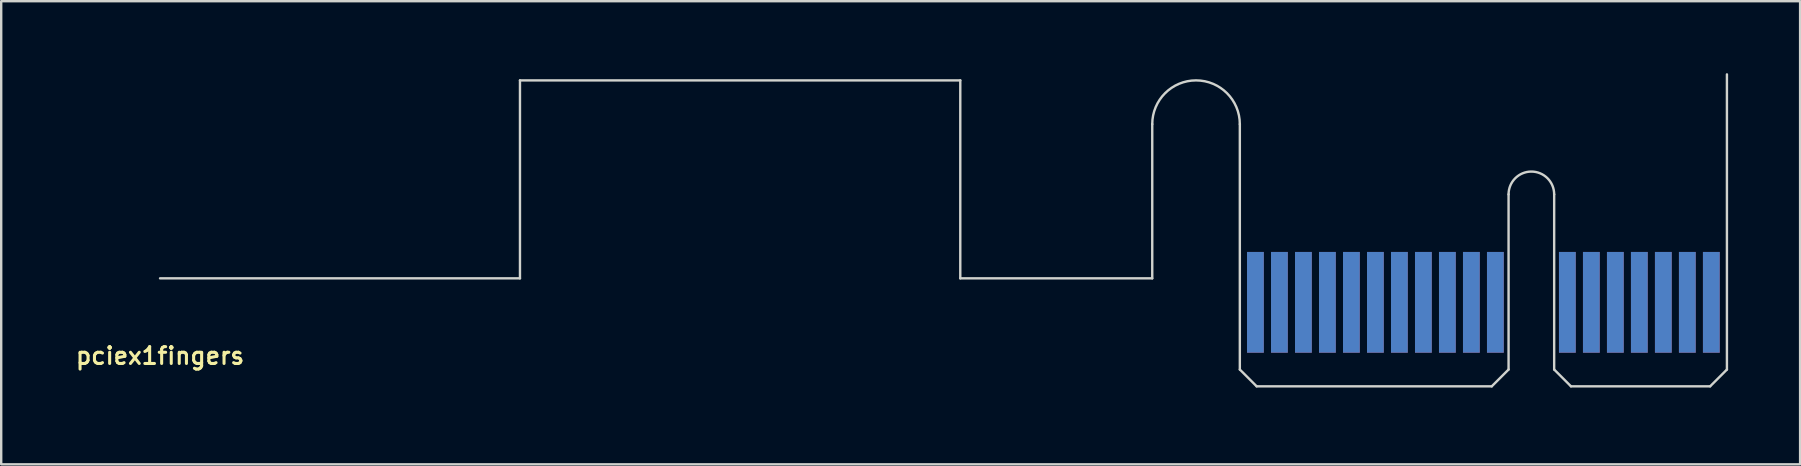
<source format=kicad_pcb>
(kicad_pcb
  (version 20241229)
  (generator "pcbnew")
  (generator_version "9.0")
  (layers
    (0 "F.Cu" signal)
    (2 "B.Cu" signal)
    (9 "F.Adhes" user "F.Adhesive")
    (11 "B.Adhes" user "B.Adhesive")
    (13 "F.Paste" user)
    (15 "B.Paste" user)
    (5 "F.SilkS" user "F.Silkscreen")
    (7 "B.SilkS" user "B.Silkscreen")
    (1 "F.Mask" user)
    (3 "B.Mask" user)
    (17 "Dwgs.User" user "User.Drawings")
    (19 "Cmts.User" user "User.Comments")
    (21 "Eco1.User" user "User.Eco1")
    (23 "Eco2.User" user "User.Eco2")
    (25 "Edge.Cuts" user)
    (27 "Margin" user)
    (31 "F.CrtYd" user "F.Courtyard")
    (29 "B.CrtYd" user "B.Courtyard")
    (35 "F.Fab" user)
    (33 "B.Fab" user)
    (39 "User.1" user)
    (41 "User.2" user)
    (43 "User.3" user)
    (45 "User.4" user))
  (footprint "pciex1fingers"
    (layer "F.Cu")
    (at 3.62 13.05)
    (property "Reference" "pciex1fingers" (at 0 -1.27 0) (layer "F.SilkS") (effects (font (size 0.7 0.7) (thickness 0.127))))
    (attr smd)
    (fp_line (start 0 -4.5) (end 15 -4.5) (stroke (width 0.1) (type solid)) (layer "Edge.Cuts"))
    (fp_line (start 15 -12.75) (end 33.35 -12.75) (stroke (width 0.1) (type solid)) (layer "Edge.Cuts"))
    (fp_line (start 15 -4.5) (end 15 -12.75) (stroke (width 0.1) (type solid)) (layer "Edge.Cuts"))
    (fp_line (start 33.35 -12.75) (end 33.35 -4.5) (stroke (width 0.1) (type solid)) (layer "Edge.Cuts"))
    (fp_line (start 33.35 -4.5) (end 41.35 -4.5) (stroke (width 0.1) (type solid)) (layer "Edge.Cuts"))
    (fp_line (start 41.35 -4.5) (end 41.35 -10.925) (stroke (width 0.1) (type solid)) (layer "Edge.Cuts"))
    (fp_line (start 45 -10.925) (end 45 -0.7) (stroke (width 0.1) (type solid)) (layer "Edge.Cuts"))
    (fp_line (start 45.7 0) (end 45 -0.7) (stroke (width 0.1) (type solid)) (layer "Edge.Cuts"))
    (fp_line (start 45.7 0) (end 55.5 0) (stroke (width 0.1) (type solid)) (layer "Edge.Cuts"))
    (fp_line (start 55.5 0) (end 56.2 -0.7) (stroke (width 0.1) (type solid)) (layer "Edge.Cuts"))
    (fp_line (start 56.2 -0.7) (end 56.2 -8) (stroke (width 0.1) (type solid)) (layer "Edge.Cuts"))
    (fp_line (start 58.1 -8) (end 58.1 -0.7) (stroke (width 0.1) (type solid)) (layer "Edge.Cuts"))
    (fp_line (start 58.8 0) (end 58.1 -0.7) (stroke (width 0.1) (type solid)) (layer "Edge.Cuts"))
    (fp_line (start 58.8 0) (end 64.6 0) (stroke (width 0.1) (type solid)) (layer "Edge.Cuts"))
    (fp_line (start 64.6 0) (end 65.3 -0.7) (stroke (width 0.1) (type solid)) (layer "Edge.Cuts"))
    (fp_line (start 65.3 -0.7) (end 65.3 -13) (stroke (width 0.1) (type solid)) (layer "Edge.Cuts"))
    (fp_arc (start 41.35 -10.925) (mid 43.175 -12.75) (end 45 -10.925) (stroke (width 0.1) (type solid)) (layer "Edge.Cuts"))
    (fp_arc (start 56.2 -8) (mid 57.15 -8.95) (end 58.1 -8) (stroke (width 0.1) (type solid)) (layer "Edge.Cuts"))
    (pad "A1" smd rect (at 45.65 -3.5) (size 0.7 4.2) (layers "B.Cu" "B.Mask"))
    (pad "A2" smd rect (at 46.65 -3.5) (size 0.7 4.2) (layers "B.Cu" "B.Mask"))
    (pad "A3" smd rect (at 47.65 -3.5) (size 0.7 4.2) (layers "B.Cu" "B.Mask"))
    (pad "A4" smd rect (at 48.65 -3.5) (size 0.7 4.2) (layers "B.Cu" "B.Mask"))
    (pad "A5" smd rect (at 49.65 -3.5) (size 0.7 4.2) (layers "B.Cu" "B.Mask"))
    (pad "A6" smd rect (at 50.65 -3.5) (size 0.7 4.2) (layers "B.Cu" "B.Mask"))
    (pad "A7" smd rect (at 51.65 -3.5) (size 0.7 4.2) (layers "B.Cu" "B.Mask"))
    (pad "A8" smd rect (at 52.65 -3.5) (size 0.7 4.2) (layers "B.Cu" "B.Mask"))
    (pad "A9" smd rect (at 53.65 -3.5) (size 0.7 4.2) (layers "B.Cu" "B.Mask"))
    (pad "A10" smd rect (at 54.65 -3.5) (size 0.7 4.2) (layers "B.Cu" "B.Mask"))
    (pad "A11" smd rect (at 55.65 -3.5) (size 0.7 4.2) (layers "B.Cu" "B.Mask"))
    (pad "A12" smd rect (at 58.65 -3.5) (size 0.7 4.2) (layers "B.Cu" "B.Mask"))
    (pad "A13" smd rect (at 59.65 -3.5) (size 0.7 4.2) (layers "B.Cu" "B.Mask"))
    (pad "A14" smd rect (at 60.65 -3.5) (size 0.7 4.2) (layers "B.Cu" "B.Mask"))
    (pad "A15" smd rect (at 61.65 -3.5) (size 0.7 4.2) (layers "B.Cu" "B.Mask"))
    (pad "A16" smd rect (at 62.65 -3.5) (size 0.7 4.2) (layers "B.Cu" "B.Mask"))
    (pad "A17" smd rect (at 63.65 -3.5) (size 0.7 4.2) (layers "B.Cu" "B.Mask"))
    (pad "A18" smd rect (at 64.65 -3.5) (size 0.7 4.2) (layers "B.Cu" "B.Mask"))
    (pad "B1" smd rect (at 45.65 -3.5) (size 0.7 4.2) (layers "F.Cu" "F.Mask"))
    (pad "B2" smd rect (at 46.65 -3.5) (size 0.7 4.2) (layers "F.Cu" "F.Mask"))
    (pad "B3" smd rect (at 47.65 -3.5) (size 0.7 4.2) (layers "F.Cu" "F.Mask"))
    (pad "B4" smd rect (at 48.65 -3.5) (size 0.7 4.2) (layers "F.Cu" "F.Mask"))
    (pad "B5" smd rect (at 49.65 -3.5) (size 0.7 4.2) (layers "F.Cu" "F.Mask"))
    (pad "B6" smd rect (at 50.65 -3.5) (size 0.7 4.2) (layers "F.Cu" "F.Mask"))
    (pad "B7" smd rect (at 51.65 -3.5) (size 0.7 4.2) (layers "F.Cu" "F.Mask"))
    (pad "B8" smd rect (at 52.65 -3.5) (size 0.7 4.2) (layers "F.Cu" "F.Mask"))
    (pad "B9" smd rect (at 53.65 -3.5) (size 0.7 4.2) (layers "F.Cu" "F.Mask"))
    (pad "B10" smd rect (at 54.65 -3.5) (size 0.7 4.2) (layers "F.Cu" "F.Mask"))
    (pad "B11" smd rect (at 55.65 -3.5) (size 0.7 4.2) (layers "F.Cu" "F.Mask"))
    (pad "B12" smd rect (at 58.65 -3.5) (size 0.7 4.2) (layers "F.Cu" "F.Mask"))
    (pad "B13" smd rect (at 59.65 -3.5) (size 0.7 4.2) (layers "F.Cu" "F.Mask"))
    (pad "B14" smd rect (at 60.65 -3.5) (size 0.7 4.2) (layers "F.Cu" "F.Mask"))
    (pad "B15" smd rect (at 61.65 -3.5) (size 0.7 4.2) (layers "F.Cu" "F.Mask"))
    (pad "B16" smd rect (at 62.65 -3.5) (size 0.7 4.2) (layers "F.Cu" "F.Mask"))
    (pad "B17" smd rect (at 63.65 -3.5) (size 0.7 4.2) (layers "F.Cu" "F.Mask"))
    (pad "B18" smd rect (at 64.65 -3.5) (size 0.7 4.2) (layers "F.Cu" "F.Mask")))
  (gr_rect
    (start -3 -3)
    (end 71.97 16.3)
    (stroke (width 0.1) (type default))
    (fill no)
    (layer "Edge.Cuts")))
</source>
